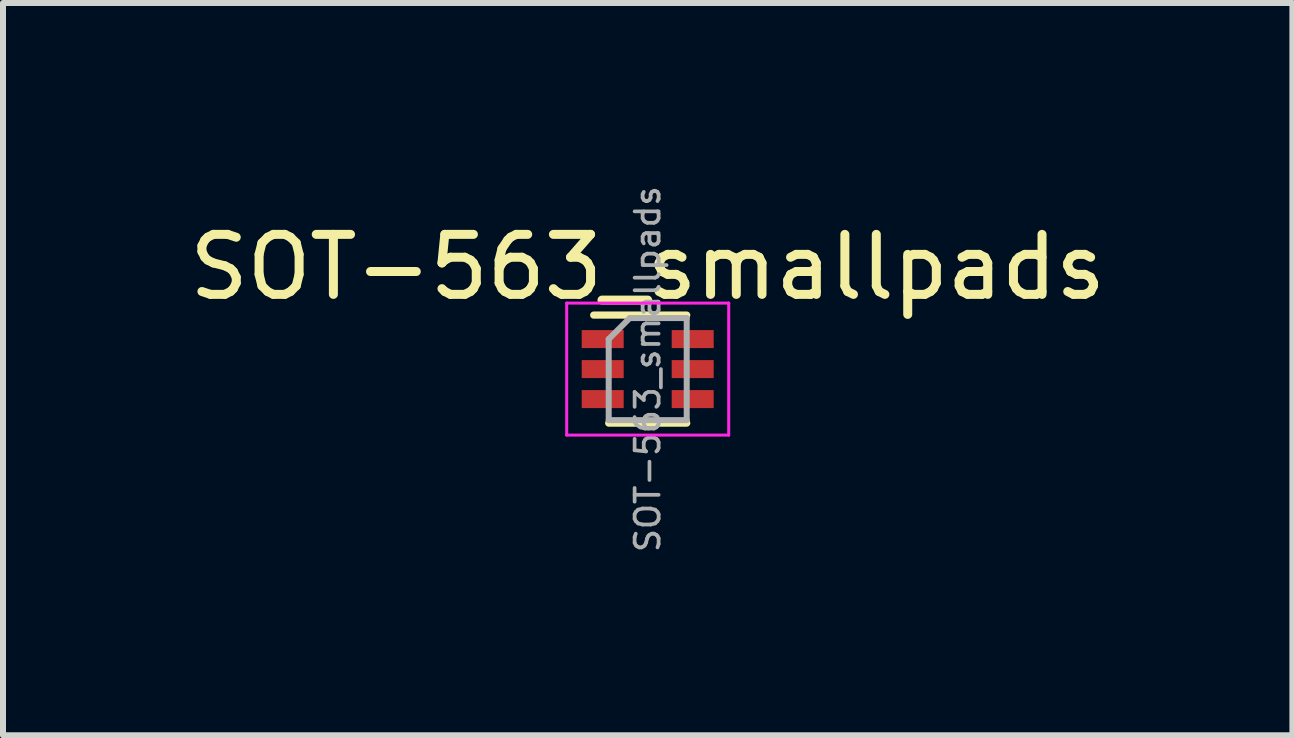
<source format=kicad_pcb>
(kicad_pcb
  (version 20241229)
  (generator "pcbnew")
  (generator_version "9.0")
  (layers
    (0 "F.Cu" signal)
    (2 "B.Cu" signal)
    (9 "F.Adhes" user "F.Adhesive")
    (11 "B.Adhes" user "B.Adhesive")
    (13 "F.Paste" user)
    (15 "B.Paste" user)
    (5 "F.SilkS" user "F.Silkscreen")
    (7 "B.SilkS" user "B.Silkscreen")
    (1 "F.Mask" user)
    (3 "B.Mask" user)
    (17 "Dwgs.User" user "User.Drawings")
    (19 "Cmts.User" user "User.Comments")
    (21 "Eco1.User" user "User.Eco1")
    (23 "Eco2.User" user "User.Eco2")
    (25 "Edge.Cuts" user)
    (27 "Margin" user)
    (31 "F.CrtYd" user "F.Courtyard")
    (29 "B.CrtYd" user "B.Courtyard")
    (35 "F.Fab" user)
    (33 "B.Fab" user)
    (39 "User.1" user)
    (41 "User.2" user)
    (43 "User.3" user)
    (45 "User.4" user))
  (footprint "SOT-563_smallpads"
    (layer "F.Cu")
    (at 7.744 3.101)
    (property "Reference" "SOT-563_smallpads" (at 0 -1.7 0) (layer "F.SilkS") (effects (font (size 1 1) (thickness 0.15))))
    (attr smd)
    (fp_line (start -0.9 -0.9) (end 0.65 -0.9) (stroke (width 0.12) (type solid)) (layer "F.SilkS"))
    (fp_line (start 0.65 0.9) (end -0.65 0.9) (stroke (width 0.12) (type solid)) (layer "F.SilkS"))
    (fp_line (start -1.35 -1.1) (end -1.35 1.1) (stroke (width 0.05) (type solid)) (layer "F.CrtYd"))
    (fp_line (start -1.35 -1.1) (end 1.35 -1.1) (stroke (width 0.05) (type solid)) (layer "F.CrtYd"))
    (fp_line (start 1.35 1.1) (end -1.35 1.1) (stroke (width 0.05) (type solid)) (layer "F.CrtYd"))
    (fp_line (start 1.35 1.1) (end 1.35 -1.1) (stroke (width 0.05) (type solid)) (layer "F.CrtYd"))
    (fp_line (start -0.65 -0.5) (end -0.65 0.85) (stroke (width 0.1) (type solid)) (layer "F.Fab"))
    (fp_line (start -0.65 -0.5) (end -0.3 -0.85) (stroke (width 0.1) (type solid)) (layer "F.Fab"))
    (fp_line (start -0.65 0.85) (end 0.65 0.85) (stroke (width 0.1) (type solid)) (layer "F.Fab"))
    (fp_line (start 0.65 -0.85) (end -0.3 -0.85) (stroke (width 0.1) (type solid)) (layer "F.Fab"))
    (fp_line (start 0.65 0.85) (end 0.65 -0.85) (stroke (width 0.1) (type solid)) (layer "F.Fab"))
    (fp_text user "${REFERENCE}" (at 0 0 90) (layer "F.Fab") (effects (font (size 0.4 0.4) (thickness 0.062))))
    (pad "1" smd rect (at -0.75 -0.5) (size 0.7 0.3) (layers "F.Cu" "F.Mask" "F.Paste"))
    (pad "2" smd rect (at -0.75 0) (size 0.7 0.3) (layers "F.Cu" "F.Mask" "F.Paste"))
    (pad "3" smd rect (at -0.75 0.5) (size 0.7 0.3) (layers "F.Cu" "F.Mask" "F.Paste"))
    (pad "4" smd rect (at 0.75 0.5) (size 0.7 0.3) (layers "F.Cu" "F.Mask" "F.Paste"))
    (pad "5" smd rect (at 0.75 0) (size 0.7 0.3) (layers "F.Cu" "F.Mask" "F.Paste"))
    (pad "6" smd rect (at 0.75 -0.5) (size 0.7 0.3) (layers "F.Cu" "F.Mask" "F.Paste")))
  (gr_rect
    (start -3 -3)
    (end 18.488 9.203)
    (stroke (width 0.1) (type default))
    (fill no)
    (layer "Edge.Cuts")))
</source>
